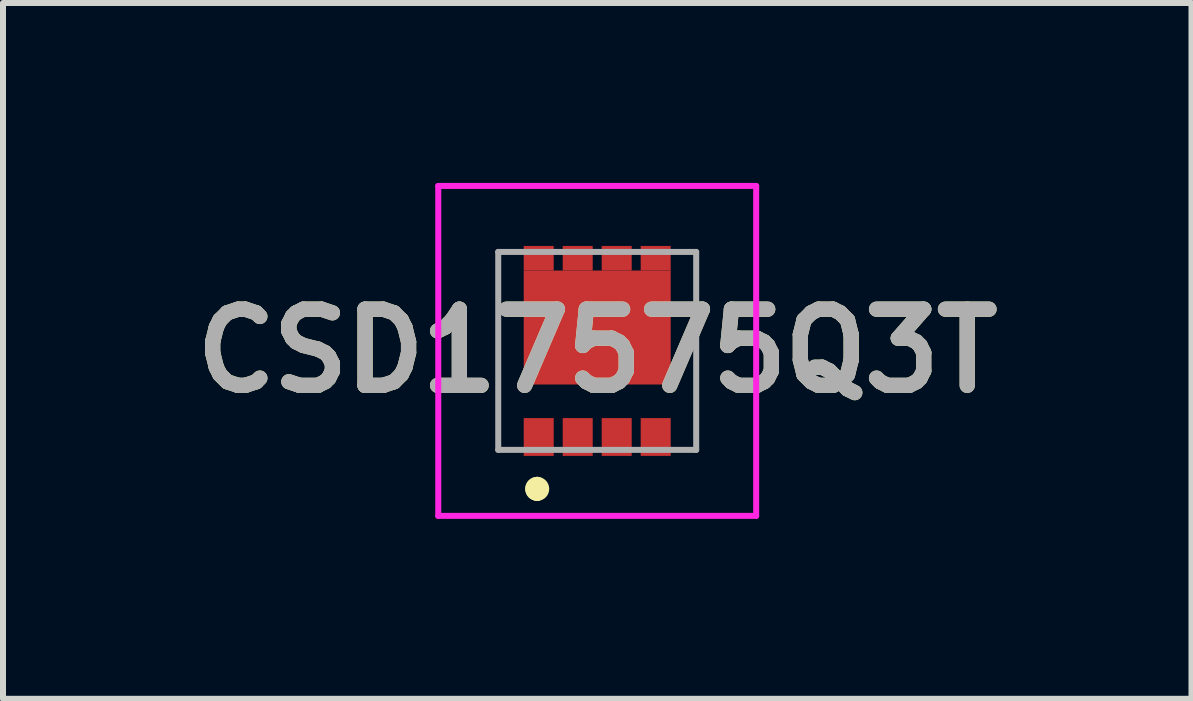
<source format=kicad_pcb>
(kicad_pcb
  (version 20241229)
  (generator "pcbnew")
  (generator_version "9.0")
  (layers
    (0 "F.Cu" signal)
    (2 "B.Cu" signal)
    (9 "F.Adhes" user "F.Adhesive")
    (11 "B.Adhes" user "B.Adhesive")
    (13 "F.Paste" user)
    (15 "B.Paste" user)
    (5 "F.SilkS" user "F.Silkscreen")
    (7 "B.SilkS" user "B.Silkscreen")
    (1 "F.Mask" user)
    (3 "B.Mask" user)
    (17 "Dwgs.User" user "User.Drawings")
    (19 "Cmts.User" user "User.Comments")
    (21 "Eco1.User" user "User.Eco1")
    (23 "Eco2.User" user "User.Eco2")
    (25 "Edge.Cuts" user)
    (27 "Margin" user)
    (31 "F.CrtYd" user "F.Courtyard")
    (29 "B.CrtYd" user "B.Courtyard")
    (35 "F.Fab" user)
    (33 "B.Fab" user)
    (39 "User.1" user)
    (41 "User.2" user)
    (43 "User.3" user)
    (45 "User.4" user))
  (footprint "CSD17575Q3T"
    (layer "F.Cu")
    (at 6.906 2.8)
    (property "Reference" "CSD17575Q3T" (at 0 0 0) (layer "F.SilkS") (effects (font (size 1.27 1.27) (thickness 0.254))))
    (attr smd)
    (fp_line (start -1 2.2) (end -1 2.2) (stroke (width 0.2) (type solid)) (layer "F.SilkS"))
    (fp_line (start -1 2.2) (end -1 2.2) (stroke (width 0.2) (type solid)) (layer "F.SilkS"))
    (fp_line (start -1 2.4) (end -1 2.4) (stroke (width 0.2) (type solid)) (layer "F.SilkS"))
    (fp_arc (start -1 2.2) (mid -0.9 2.3) (end -1 2.4) (stroke (width 0.2) (type solid)) (layer "F.SilkS"))
    (fp_arc (start -1 2.4) (mid -1.1 2.3) (end -1 2.2) (stroke (width 0.2) (type solid)) (layer "F.SilkS"))
    (fp_arc (start -1 2.4) (mid -1.1 2.3) (end -1 2.2) (stroke (width 0.2) (type solid)) (layer "F.SilkS"))
    (fp_line (start -2.65 -2.75) (end 2.65 -2.75) (stroke (width 0.1) (type solid)) (layer "F.CrtYd"))
    (fp_line (start -2.65 2.75) (end -2.65 -2.75) (stroke (width 0.1) (type solid)) (layer "F.CrtYd"))
    (fp_line (start 2.65 -2.75) (end 2.65 2.75) (stroke (width 0.1) (type solid)) (layer "F.CrtYd"))
    (fp_line (start 2.65 2.75) (end -2.65 2.75) (stroke (width 0.1) (type solid)) (layer "F.CrtYd"))
    (fp_line (start -1.65 -1.65) (end -1.65 1.65) (stroke (width 0.1) (type solid)) (layer "F.Fab"))
    (fp_line (start -1.65 1.65) (end 1.65 1.65) (stroke (width 0.1) (type solid)) (layer "F.Fab"))
    (fp_line (start 1.65 -1.65) (end -1.65 -1.65) (stroke (width 0.1) (type solid)) (layer "F.Fab"))
    (fp_line (start 1.65 1.65) (end 1.65 -1.65) (stroke (width 0.1) (type solid)) (layer "F.Fab"))
    (fp_text user "${REFERENCE}" (at 0 0 0) (layer "F.Fab") (effects (font (size 1.27 1.27) (thickness 0.254))))
    (pad "1" smd rect (at -0.975 1.435) (size 0.5 0.63) (layers "F.Cu" "F.Mask" "F.Paste"))
    (pad "2" smd rect (at -0.325 1.435) (size 0.5 0.63) (layers "F.Cu" "F.Mask" "F.Paste"))
    (pad "3" smd rect (at 0.325 1.435) (size 0.5 0.63) (layers "F.Cu" "F.Mask" "F.Paste"))
    (pad "4" smd rect (at 0.975 1.435) (size 0.5 0.63) (layers "F.Cu" "F.Mask" "F.Paste"))
    (pad "5" smd rect (at 0.975 -1.545 90) (size 0.41 0.5) (layers "F.Cu" "F.Mask" "F.Paste"))
    (pad "6" smd rect (at 0.325 -1.545 90) (size 0.41 0.5) (layers "F.Cu" "F.Mask" "F.Paste"))
    (pad "7" smd rect (at -0.325 -1.545 90) (size 0.41 0.5) (layers "F.Cu" "F.Mask" "F.Paste"))
    (pad "8" smd rect (at -0.975 -1.545 90) (size 0.41 0.5) (layers "F.Cu" "F.Mask" "F.Paste"))
    (pad "9" smd rect (at 0 -0.39 90) (size 1.9 2.45) (layers "F.Cu" "F.Mask" "F.Paste")))
  (gr_rect
    (start -3 -3)
    (end 16.813 8.6)
    (stroke (width 0.1) (type default))
    (fill no)
    (layer "Edge.Cuts")))
</source>
